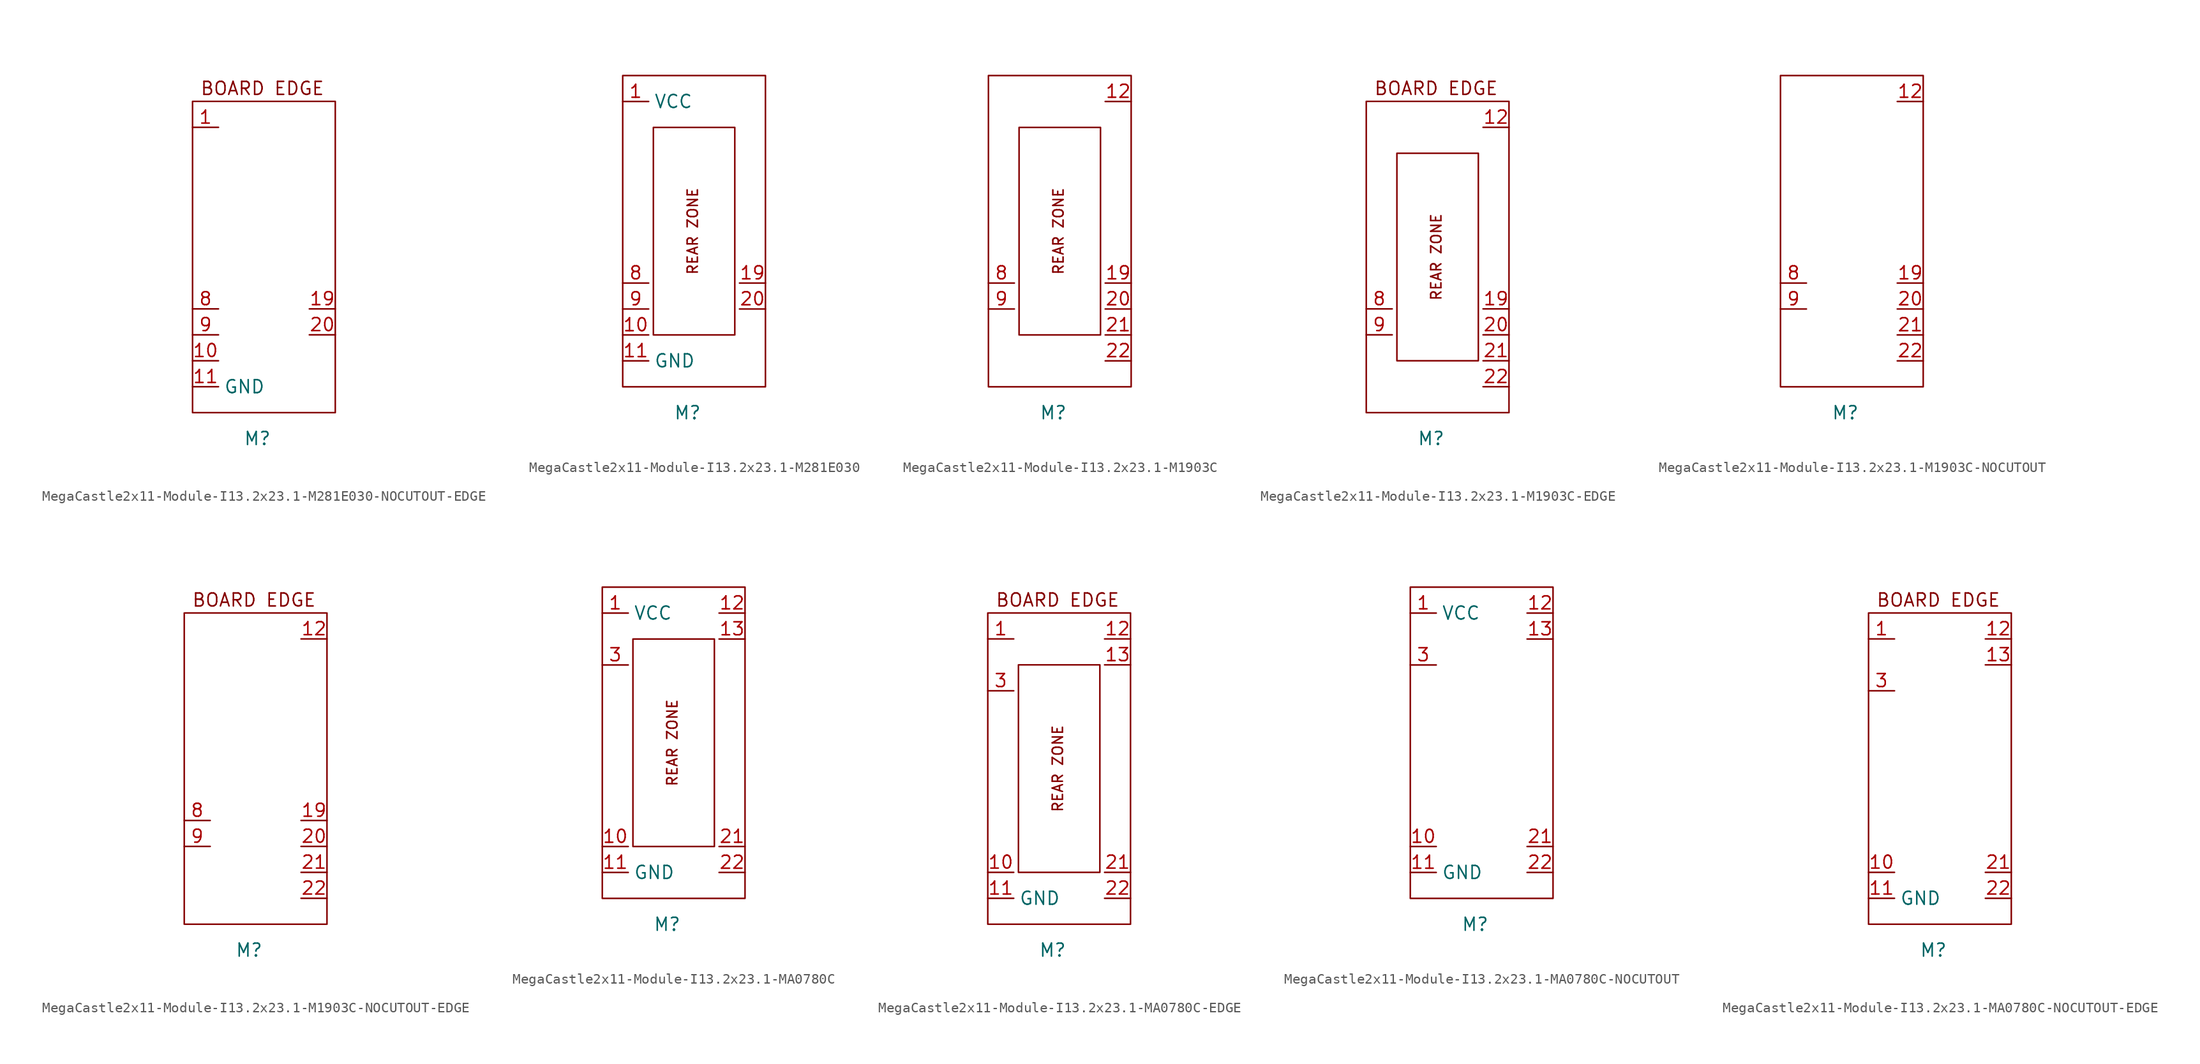
<source format=kicad_sym>
(kicad_symbol_lib
  (version 20231120)
  (generator "kicad_symbol_editor")
  (generator_version "8.0")
  (symbol "MegaCastle2x11-Module-I13.2x23.1-M281E030-NOCUTOUT-EDGE"
    (property "Reference" "M"
      (at 0 -17.78 0)
      (effects (font (size 1.27 1.27))))
    (property "Value" ""
      (at 0 5.08 0)
      (effects (font (size 1.27 1.27))))
    (symbol "MegaCastle2x11-Module-I13.2x23.1-M281E030-NOCUTOUT-EDGE_0_1"
      (rectangle (start -6.35 15.24) (end 7.62 -15.24) (stroke (width 0) (type default)) (fill (type none))))
    (symbol "MegaCastle2x11-Module-I13.2x23.1-M281E030-NOCUTOUT-EDGE_1_1"
      (text " BOARD EDGE" (at 0 16.51 0) (effects (font (size 1.27 1.27))))
      (pin bidirectional line (at -6.35 12.7 0) (length 2.54) (name "" (effects (font (size 1.27 1.27)))) (number "1" (effects (font (size 1.27 1.27)))))
      (pin bidirectional line (at -6.35 -10.16 0) (length 2.54) (name "" (effects (font (size 1.27 1.27)))) (number "10" (effects (font (size 1.27 1.27)))))
      (pin bidirectional line (at -6.35 -12.7 0) (length 2.54) (name "GND" (effects (font (size 1.27 1.27)))) (number "11" (effects (font (size 1.27 1.27)))))
      (pin bidirectional line (at 7.62 -5.08 180) (length 2.54) (name "" (effects (font (size 1.27 1.27)))) (number "19" (effects (font (size 1.27 1.27)))))
      (pin bidirectional line (at 7.62 -7.62 180) (length 2.54) (name "" (effects (font (size 1.27 1.27)))) (number "20" (effects (font (size 1.27 1.27)))))
      (pin bidirectional line (at -6.35 -5.08 0) (length 2.54) (name "" (effects (font (size 1.27 1.27)))) (number "8" (effects (font (size 1.27 1.27)))))
      (pin bidirectional line (at -6.35 -7.62 0) (length 2.54) (name "" (effects (font (size 1.27 1.27)))) (number "9" (effects (font (size 1.27 1.27)))))))
  (symbol "MegaCastle2x11-Module-I13.2x23.1-M281E030"
    (property "Reference" "M"
      (at 0 -17.78 0)
      (effects (font (size 1.27 1.27))))
    (property "Value" ""
      (at 0 5.08 0)
      (effects (font (size 1.27 1.27))))
    (symbol "MegaCastle2x11-Module-I13.2x23.1-M281E030_0_1"
      (rectangle (start -6.35 15.24) (end 7.62 -15.24) (stroke (width 0) (type default)) (fill (type none)))
      (rectangle (start -3.35 10.16) (end 4.62 -10.16) (stroke (width 0) (type default)) (fill (type none))))
    (symbol "MegaCastle2x11-Module-I13.2x23.1-M281E030_1_1"
      (text "REAR ZONE" (at 0.5 0 900) (effects (font (size 1 1))))
      (pin bidirectional line (at -6.35 12.7 0) (length 2.54) (name "VCC" (effects (font (size 1.27 1.27)))) (number "1" (effects (font (size 1.27 1.27)))))
      (pin bidirectional line (at -6.35 -10.16 0) (length 2.54) (name "" (effects (font (size 1.27 1.27)))) (number "10" (effects (font (size 1.27 1.27)))))
      (pin bidirectional line (at -6.35 -12.7 0) (length 2.54) (name "GND" (effects (font (size 1.27 1.27)))) (number "11" (effects (font (size 1.27 1.27)))))
      (pin bidirectional line (at 7.62 -5.08 180) (length 2.54) (name "" (effects (font (size 1.27 1.27)))) (number "19" (effects (font (size 1.27 1.27)))))
      (pin bidirectional line (at 7.62 -7.62 180) (length 2.54) (name "" (effects (font (size 1.27 1.27)))) (number "20" (effects (font (size 1.27 1.27)))))
      (pin bidirectional line (at -6.35 -5.08 0) (length 2.54) (name "" (effects (font (size 1.27 1.27)))) (number "8" (effects (font (size 1.27 1.27)))))
      (pin bidirectional line (at -6.35 -7.62 0) (length 2.54) (name "" (effects (font (size 1.27 1.27)))) (number "9" (effects (font (size 1.27 1.27)))))))
  (symbol "MegaCastle2x11-Module-I13.2x23.1-M1903C"
    (property "Reference" "M"
      (at 0 -17.78 0)
      (effects (font (size 1.27 1.27))))
    (property "Value" ""
      (at 0 5.08 0)
      (effects (font (size 1.27 1.27))))
    (symbol "MegaCastle2x11-Module-I13.2x23.1-M1903C_0_1"
      (rectangle (start -6.35 15.24) (end 7.62 -15.24) (stroke (width 0) (type default)) (fill (type none)))
      (rectangle (start -3.35 10.16) (end 4.62 -10.16) (stroke (width 0) (type default)) (fill (type none))))
    (symbol "MegaCastle2x11-Module-I13.2x23.1-M1903C_1_1"
      (text "REAR ZONE" (at 0.5 0 900) (effects (font (size 1 1))))
      (pin bidirectional line (at 7.62 12.7 180) (length 2.54) (name "" (effects (font (size 1.27 1.27)))) (number "12" (effects (font (size 1.27 1.27)))))
      (pin bidirectional line (at 7.62 -5.08 180) (length 2.54) (name "" (effects (font (size 1.27 1.27)))) (number "19" (effects (font (size 1.27 1.27)))))
      (pin bidirectional line (at 7.62 -7.62 180) (length 2.54) (name "" (effects (font (size 1.27 1.27)))) (number "20" (effects (font (size 1.27 1.27)))))
      (pin bidirectional line (at 7.62 -10.16 180) (length 2.54) (name "" (effects (font (size 1.27 1.27)))) (number "21" (effects (font (size 1.27 1.27)))))
      (pin bidirectional line (at 7.62 -12.7 180) (length 2.54) (name "" (effects (font (size 1.27 1.27)))) (number "22" (effects (font (size 1.27 1.27)))))
      (pin bidirectional line (at -6.35 -5.08 0) (length 2.54) (name "" (effects (font (size 1.27 1.27)))) (number "8" (effects (font (size 1.27 1.27)))))
      (pin bidirectional line (at -6.35 -7.62 0) (length 2.54) (name "" (effects (font (size 1.27 1.27)))) (number "9" (effects (font (size 1.27 1.27)))))))
  (symbol "MegaCastle2x11-Module-I13.2x23.1-M1903C-EDGE"
    (property "Reference" "M"
      (at 0 -17.78 0)
      (effects (font (size 1.27 1.27))))
    (property "Value" ""
      (at 0 5.08 0)
      (effects (font (size 1.27 1.27))))
    (symbol "MegaCastle2x11-Module-I13.2x23.1-M1903C-EDGE_0_1"
      (rectangle (start -6.35 15.24) (end 7.62 -15.24) (stroke (width 0) (type default)) (fill (type none)))
      (rectangle (start -3.35 10.16) (end 4.62 -10.16) (stroke (width 0) (type default)) (fill (type none))))
    (symbol "MegaCastle2x11-Module-I13.2x23.1-M1903C-EDGE_1_1"
      (text " BOARD EDGE" (at 0 16.51 0) (effects (font (size 1.27 1.27))))
      (text "REAR ZONE" (at 0.5 0 900) (effects (font (size 1 1))))
      (pin bidirectional line (at 7.62 12.7 180) (length 2.54) (name "" (effects (font (size 1.27 1.27)))) (number "12" (effects (font (size 1.27 1.27)))))
      (pin bidirectional line (at 7.62 -5.08 180) (length 2.54) (name "" (effects (font (size 1.27 1.27)))) (number "19" (effects (font (size 1.27 1.27)))))
      (pin bidirectional line (at 7.62 -7.62 180) (length 2.54) (name "" (effects (font (size 1.27 1.27)))) (number "20" (effects (font (size 1.27 1.27)))))
      (pin bidirectional line (at 7.62 -10.16 180) (length 2.54) (name "" (effects (font (size 1.27 1.27)))) (number "21" (effects (font (size 1.27 1.27)))))
      (pin bidirectional line (at 7.62 -12.7 180) (length 2.54) (name "" (effects (font (size 1.27 1.27)))) (number "22" (effects (font (size 1.27 1.27)))))
      (pin bidirectional line (at -6.35 -5.08 0) (length 2.54) (name "" (effects (font (size 1.27 1.27)))) (number "8" (effects (font (size 1.27 1.27)))))
      (pin bidirectional line (at -6.35 -7.62 0) (length 2.54) (name "" (effects (font (size 1.27 1.27)))) (number "9" (effects (font (size 1.27 1.27)))))))
  (symbol "MegaCastle2x11-Module-I13.2x23.1-M1903C-NOCUTOUT"
    (property "Reference" "M"
      (at 0 -17.78 0)
      (effects (font (size 1.27 1.27))))
    (property "Value" ""
      (at 0 5.08 0)
      (effects (font (size 1.27 1.27))))
    (symbol "MegaCastle2x11-Module-I13.2x23.1-M1903C-NOCUTOUT_0_1"
      (rectangle (start -6.35 15.24) (end 7.62 -15.24) (stroke (width 0) (type default)) (fill (type none))))
    (symbol "MegaCastle2x11-Module-I13.2x23.1-M1903C-NOCUTOUT_1_1"
      (pin bidirectional line (at 7.62 12.7 180) (length 2.54) (name "" (effects (font (size 1.27 1.27)))) (number "12" (effects (font (size 1.27 1.27)))))
      (pin bidirectional line (at 7.62 -5.08 180) (length 2.54) (name "" (effects (font (size 1.27 1.27)))) (number "19" (effects (font (size 1.27 1.27)))))
      (pin bidirectional line (at 7.62 -7.62 180) (length 2.54) (name "" (effects (font (size 1.27 1.27)))) (number "20" (effects (font (size 1.27 1.27)))))
      (pin bidirectional line (at 7.62 -10.16 180) (length 2.54) (name "" (effects (font (size 1.27 1.27)))) (number "21" (effects (font (size 1.27 1.27)))))
      (pin bidirectional line (at 7.62 -12.7 180) (length 2.54) (name "" (effects (font (size 1.27 1.27)))) (number "22" (effects (font (size 1.27 1.27)))))
      (pin bidirectional line (at -6.35 -5.08 0) (length 2.54) (name "" (effects (font (size 1.27 1.27)))) (number "8" (effects (font (size 1.27 1.27)))))
      (pin bidirectional line (at -6.35 -7.62 0) (length 2.54) (name "" (effects (font (size 1.27 1.27)))) (number "9" (effects (font (size 1.27 1.27)))))))
  (symbol "MegaCastle2x11-Module-I13.2x23.1-M1903C-NOCUTOUT-EDGE"
    (property "Reference" "M"
      (at 0 -17.78 0)
      (effects (font (size 1.27 1.27))))
    (property "Value" ""
      (at 0 5.08 0)
      (effects (font (size 1.27 1.27))))
    (symbol "MegaCastle2x11-Module-I13.2x23.1-M1903C-NOCUTOUT-EDGE_0_1"
      (rectangle (start -6.35 15.24) (end 7.62 -15.24) (stroke (width 0) (type default)) (fill (type none))))
    (symbol "MegaCastle2x11-Module-I13.2x23.1-M1903C-NOCUTOUT-EDGE_1_1"
      (text " BOARD EDGE" (at 0 16.51 0) (effects (font (size 1.27 1.27))))
      (pin bidirectional line (at 7.62 12.7 180) (length 2.54) (name "" (effects (font (size 1.27 1.27)))) (number "12" (effects (font (size 1.27 1.27)))))
      (pin bidirectional line (at 7.62 -5.08 180) (length 2.54) (name "" (effects (font (size 1.27 1.27)))) (number "19" (effects (font (size 1.27 1.27)))))
      (pin bidirectional line (at 7.62 -7.62 180) (length 2.54) (name "" (effects (font (size 1.27 1.27)))) (number "20" (effects (font (size 1.27 1.27)))))
      (pin bidirectional line (at 7.62 -10.16 180) (length 2.54) (name "" (effects (font (size 1.27 1.27)))) (number "21" (effects (font (size 1.27 1.27)))))
      (pin bidirectional line (at 7.62 -12.7 180) (length 2.54) (name "" (effects (font (size 1.27 1.27)))) (number "22" (effects (font (size 1.27 1.27)))))
      (pin bidirectional line (at -6.35 -5.08 0) (length 2.54) (name "" (effects (font (size 1.27 1.27)))) (number "8" (effects (font (size 1.27 1.27)))))
      (pin bidirectional line (at -6.35 -7.62 0) (length 2.54) (name "" (effects (font (size 1.27 1.27)))) (number "9" (effects (font (size 1.27 1.27)))))))
  (symbol "MegaCastle2x11-Module-I13.2x23.1-MA0780C"
    (property "Reference" "M"
      (at 0 -17.78 0)
      (effects (font (size 1.27 1.27))))
    (property "Value" ""
      (at 0 5.08 0)
      (effects (font (size 1.27 1.27))))
    (symbol "MegaCastle2x11-Module-I13.2x23.1-MA0780C_0_1"
      (rectangle (start -6.35 15.24) (end 7.62 -15.24) (stroke (width 0) (type default)) (fill (type none)))
      (rectangle (start -3.35 10.16) (end 4.62 -10.16) (stroke (width 0) (type default)) (fill (type none))))
    (symbol "MegaCastle2x11-Module-I13.2x23.1-MA0780C_1_1"
      (text "REAR ZONE" (at 0.5 0 900) (effects (font (size 1 1))))
      (pin bidirectional line (at -6.35 12.7 0) (length 2.54) (name "VCC" (effects (font (size 1.27 1.27)))) (number "1" (effects (font (size 1.27 1.27)))))
      (pin bidirectional line (at -6.35 -10.16 0) (length 2.54) (name "" (effects (font (size 1.27 1.27)))) (number "10" (effects (font (size 1.27 1.27)))))
      (pin bidirectional line (at -6.35 -12.7 0) (length 2.54) (name "GND" (effects (font (size 1.27 1.27)))) (number "11" (effects (font (size 1.27 1.27)))))
      (pin bidirectional line (at 7.62 12.7 180) (length 2.54) (name "" (effects (font (size 1.27 1.27)))) (number "12" (effects (font (size 1.27 1.27)))))
      (pin bidirectional line (at 7.62 10.16 180) (length 2.54) (name "" (effects (font (size 1.27 1.27)))) (number "13" (effects (font (size 1.27 1.27)))))
      (pin bidirectional line (at 7.62 -10.16 180) (length 2.54) (name "" (effects (font (size 1.27 1.27)))) (number "21" (effects (font (size 1.27 1.27)))))
      (pin bidirectional line (at 7.62 -12.7 180) (length 2.54) (name "" (effects (font (size 1.27 1.27)))) (number "22" (effects (font (size 1.27 1.27)))))
      (pin bidirectional line (at -6.35 7.62 0) (length 2.54) (name "" (effects (font (size 1.27 1.27)))) (number "3" (effects (font (size 1.27 1.27)))))))
  (symbol "MegaCastle2x11-Module-I13.2x23.1-MA0780C-EDGE"
    (property "Reference" "M"
      (at 0 -17.78 0)
      (effects (font (size 1.27 1.27))))
    (property "Value" ""
      (at 0 5.08 0)
      (effects (font (size 1.27 1.27))))
    (symbol "MegaCastle2x11-Module-I13.2x23.1-MA0780C-EDGE_0_1"
      (rectangle (start -6.35 15.24) (end 7.62 -15.24) (stroke (width 0) (type default)) (fill (type none)))
      (rectangle (start -3.35 10.16) (end 4.62 -10.16) (stroke (width 0) (type default)) (fill (type none))))
    (symbol "MegaCastle2x11-Module-I13.2x23.1-MA0780C-EDGE_1_1"
      (text " BOARD EDGE" (at 0 16.51 0) (effects (font (size 1.27 1.27))))
      (text "REAR ZONE" (at 0.5 0 900) (effects (font (size 1 1))))
      (pin bidirectional line (at -6.35 12.7 0) (length 2.54) (name "" (effects (font (size 1.27 1.27)))) (number "1" (effects (font (size 1.27 1.27)))))
      (pin bidirectional line (at -6.35 -10.16 0) (length 2.54) (name "" (effects (font (size 1.27 1.27)))) (number "10" (effects (font (size 1.27 1.27)))))
      (pin bidirectional line (at -6.35 -12.7 0) (length 2.54) (name "GND" (effects (font (size 1.27 1.27)))) (number "11" (effects (font (size 1.27 1.27)))))
      (pin bidirectional line (at 7.62 12.7 180) (length 2.54) (name "" (effects (font (size 1.27 1.27)))) (number "12" (effects (font (size 1.27 1.27)))))
      (pin bidirectional line (at 7.62 10.16 180) (length 2.54) (name "" (effects (font (size 1.27 1.27)))) (number "13" (effects (font (size 1.27 1.27)))))
      (pin bidirectional line (at 7.62 -10.16 180) (length 2.54) (name "" (effects (font (size 1.27 1.27)))) (number "21" (effects (font (size 1.27 1.27)))))
      (pin bidirectional line (at 7.62 -12.7 180) (length 2.54) (name "" (effects (font (size 1.27 1.27)))) (number "22" (effects (font (size 1.27 1.27)))))
      (pin bidirectional line (at -6.35 7.62 0) (length 2.54) (name "" (effects (font (size 1.27 1.27)))) (number "3" (effects (font (size 1.27 1.27)))))))
  (symbol "MegaCastle2x11-Module-I13.2x23.1-MA0780C-NOCUTOUT"
    (property "Reference" "M"
      (at 0 -17.78 0)
      (effects (font (size 1.27 1.27))))
    (property "Value" ""
      (at 0 5.08 0)
      (effects (font (size 1.27 1.27))))
    (symbol "MegaCastle2x11-Module-I13.2x23.1-MA0780C-NOCUTOUT_0_1"
      (rectangle (start -6.35 15.24) (end 7.62 -15.24) (stroke (width 0) (type default)) (fill (type none))))
    (symbol "MegaCastle2x11-Module-I13.2x23.1-MA0780C-NOCUTOUT_1_1"
      (pin bidirectional line (at -6.35 12.7 0) (length 2.54) (name "VCC" (effects (font (size 1.27 1.27)))) (number "1" (effects (font (size 1.27 1.27)))))
      (pin bidirectional line (at -6.35 -10.16 0) (length 2.54) (name "" (effects (font (size 1.27 1.27)))) (number "10" (effects (font (size 1.27 1.27)))))
      (pin bidirectional line (at -6.35 -12.7 0) (length 2.54) (name "GND" (effects (font (size 1.27 1.27)))) (number "11" (effects (font (size 1.27 1.27)))))
      (pin bidirectional line (at 7.62 12.7 180) (length 2.54) (name "" (effects (font (size 1.27 1.27)))) (number "12" (effects (font (size 1.27 1.27)))))
      (pin bidirectional line (at 7.62 10.16 180) (length 2.54) (name "" (effects (font (size 1.27 1.27)))) (number "13" (effects (font (size 1.27 1.27)))))
      (pin bidirectional line (at 7.62 -10.16 180) (length 2.54) (name "" (effects (font (size 1.27 1.27)))) (number "21" (effects (font (size 1.27 1.27)))))
      (pin bidirectional line (at 7.62 -12.7 180) (length 2.54) (name "" (effects (font (size 1.27 1.27)))) (number "22" (effects (font (size 1.27 1.27)))))
      (pin bidirectional line (at -6.35 7.62 0) (length 2.54) (name "" (effects (font (size 1.27 1.27)))) (number "3" (effects (font (size 1.27 1.27)))))))
  (symbol "MegaCastle2x11-Module-I13.2x23.1-MA0780C-NOCUTOUT-EDGE"
    (property "Reference" "M"
      (at 0 -17.78 0)
      (effects (font (size 1.27 1.27))))
    (property "Value" ""
      (at 0 5.08 0)
      (effects (font (size 1.27 1.27))))
    (symbol "MegaCastle2x11-Module-I13.2x23.1-MA0780C-NOCUTOUT-EDGE_0_1"
      (rectangle (start -6.35 15.24) (end 7.62 -15.24) (stroke (width 0) (type default)) (fill (type none))))
    (symbol "MegaCastle2x11-Module-I13.2x23.1-MA0780C-NOCUTOUT-EDGE_1_1"
      (text " BOARD EDGE" (at 0 16.51 0) (effects (font (size 1.27 1.27))))
      (pin bidirectional line (at -6.35 12.7 0) (length 2.54) (name "" (effects (font (size 1.27 1.27)))) (number "1" (effects (font (size 1.27 1.27)))))
      (pin bidirectional line (at -6.35 -10.16 0) (length 2.54) (name "" (effects (font (size 1.27 1.27)))) (number "10" (effects (font (size 1.27 1.27)))))
      (pin bidirectional line (at -6.35 -12.7 0) (length 2.54) (name "GND" (effects (font (size 1.27 1.27)))) (number "11" (effects (font (size 1.27 1.27)))))
      (pin bidirectional line (at 7.62 12.7 180) (length 2.54) (name "" (effects (font (size 1.27 1.27)))) (number "12" (effects (font (size 1.27 1.27)))))
      (pin bidirectional line (at 7.62 10.16 180) (length 2.54) (name "" (effects (font (size 1.27 1.27)))) (number "13" (effects (font (size 1.27 1.27)))))
      (pin bidirectional line (at 7.62 -10.16 180) (length 2.54) (name "" (effects (font (size 1.27 1.27)))) (number "21" (effects (font (size 1.27 1.27)))))
      (pin bidirectional line (at 7.62 -12.7 180) (length 2.54) (name "" (effects (font (size 1.27 1.27)))) (number "22" (effects (font (size 1.27 1.27)))))
      (pin bidirectional line (at -6.35 7.62 0) (length 2.54) (name "" (effects (font (size 1.27 1.27)))) (number "3" (effects (font (size 1.27 1.27))))))))
</source>
